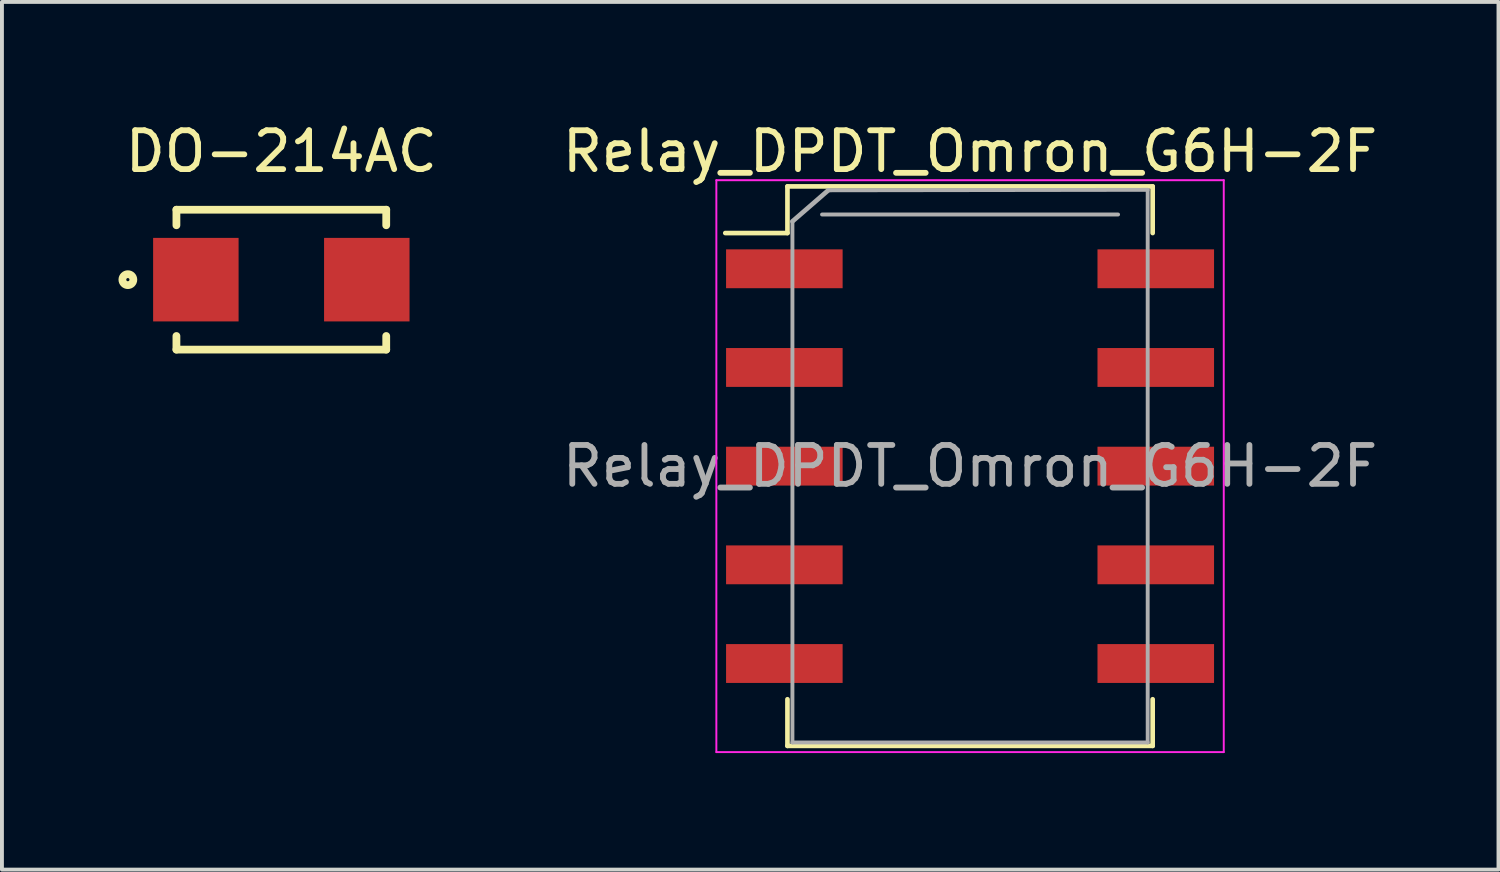
<source format=kicad_pcb>
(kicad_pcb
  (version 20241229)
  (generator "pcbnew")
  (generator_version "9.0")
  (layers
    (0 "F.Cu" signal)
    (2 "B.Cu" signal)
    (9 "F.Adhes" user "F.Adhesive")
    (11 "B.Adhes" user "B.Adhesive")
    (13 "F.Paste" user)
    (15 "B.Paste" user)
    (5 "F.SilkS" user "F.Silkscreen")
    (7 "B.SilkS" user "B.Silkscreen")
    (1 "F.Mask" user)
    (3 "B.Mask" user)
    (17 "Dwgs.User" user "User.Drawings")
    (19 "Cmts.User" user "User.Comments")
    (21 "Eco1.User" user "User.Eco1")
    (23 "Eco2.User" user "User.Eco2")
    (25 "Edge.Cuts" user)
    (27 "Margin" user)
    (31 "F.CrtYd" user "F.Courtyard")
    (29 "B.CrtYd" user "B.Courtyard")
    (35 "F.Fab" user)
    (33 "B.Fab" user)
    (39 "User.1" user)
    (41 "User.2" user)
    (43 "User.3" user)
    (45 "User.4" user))
  (footprint "DO-214AC"
    (layer "F.Cu")
    (at 4.191 4.148)
    (property "Reference" "DO-214AC" (at 0 -3.3 0) (layer "F.SilkS") (effects (font (size 1 1) (thickness 0.15))))
    (attr smd)
    (fp_line (start -2.7 -1.8) (end -2.7 -1.4) (stroke (width 0.2) (type solid)) (layer "F.SilkS"))
    (fp_line (start -2.7 -1.8) (end 2.7 -1.8) (stroke (width 0.2) (type solid)) (layer "F.SilkS"))
    (fp_line (start -2.7 1.8) (end -2.7 1.45) (stroke (width 0.2) (type solid)) (layer "F.SilkS"))
    (fp_line (start -2.7 1.8) (end 2.7 1.8) (stroke (width 0.2) (type solid)) (layer "F.SilkS"))
    (fp_line (start 2.7 -1.8) (end 2.7 -1.4) (stroke (width 0.2) (type solid)) (layer "F.SilkS"))
    (fp_line (start 2.7 1.8) (end 2.7 1.45) (stroke (width 0.2) (type solid)) (layer "F.SilkS"))
    (fp_circle (center -3.95 0) (end -3.809 0) (stroke (width 0.2) (type solid)) (fill no) (layer "F.SilkS"))
    (fp_line (start -3.55 -2.25) (end 3.55 -2.25) (stroke (width 0.05) (type solid)) (layer "Eco1.User"))
    (fp_line (start -3.55 2.25) (end -3.55 -2.25) (stroke (width 0.05) (type solid)) (layer "Eco1.User"))
    (fp_line (start 3.55 -2.25) (end 3.55 2.25) (stroke (width 0.05) (type solid)) (layer "Eco1.User"))
    (fp_line (start 3.55 2.25) (end -3.55 2.25) (stroke (width 0.05) (type solid)) (layer "Eco1.User"))
    (pad "1" smd rect (at -2.2 0) (size 2.2 2.15) (layers "F.Cu" "F.Mask" "F.Paste"))
    (pad "2" smd rect (at 2.2 0) (size 2.2 2.15) (layers "F.Cu" "F.Mask" "F.Paste")))
  (footprint "Relay_DPDT_Omron_G6H-2F"
    (layer "F.Cu")
    (at 21.918 8.948)
    (property "Reference" "Relay_DPDT_Omron_G6H-2F" (at 0 -8.1 0) (layer "F.SilkS") (effects (font (size 1 1) (thickness 0.15))))
    (attr smd)
    (fp_line (start -4.7 -7.2) (end -4.7 -6) (stroke (width 0.12) (type solid)) (layer "F.SilkS"))
    (fp_line (start -4.7 -7.2) (end 4.7 -7.2) (stroke (width 0.12) (type solid)) (layer "F.SilkS"))
    (fp_line (start -4.7 -6) (end -6.3 -6) (stroke (width 0.12) (type solid)) (layer "F.SilkS"))
    (fp_line (start -4.7 7.2) (end -4.7 6) (stroke (width 0.12) (type solid)) (layer "F.SilkS"))
    (fp_line (start 4.7 -7.2) (end 4.7 -6) (stroke (width 0.12) (type solid)) (layer "F.SilkS"))
    (fp_line (start 4.7 7.2) (end -4.7 7.2) (stroke (width 0.12) (type solid)) (layer "F.SilkS"))
    (fp_line (start 4.7 7.2) (end 4.7 6) (stroke (width 0.12) (type solid)) (layer "F.SilkS"))
    (fp_line (start -6.53 -7.36) (end -6.53 7.36) (stroke (width 0.05) (type solid)) (layer "F.CrtYd"))
    (fp_line (start -6.53 -7.36) (end 6.53 -7.36) (stroke (width 0.05) (type solid)) (layer "F.CrtYd"))
    (fp_line (start 6.53 7.36) (end -6.53 7.36) (stroke (width 0.05) (type solid)) (layer "F.CrtYd"))
    (fp_line (start 6.53 7.36) (end 6.53 -7.36) (stroke (width 0.05) (type solid)) (layer "F.CrtYd"))
    (fp_line (start -4.572 -6.3) (end -3.65 -7.1) (stroke (width 0.12) (type solid)) (layer "F.Fab"))
    (fp_line (start -4.572 7.112) (end -4.572 -6.3) (stroke (width 0.1) (type solid)) (layer "F.Fab"))
    (fp_line (start -3.81 -6.477) (end 3.81 -6.477) (stroke (width 0.1) (type solid)) (layer "F.Fab"))
    (fp_line (start -3.65 -7.1) (end 4.572 -7.112) (stroke (width 0.1) (type solid)) (layer "F.Fab"))
    (fp_line (start 4.572 -7.112) (end 4.572 7.112) (stroke (width 0.1) (type solid)) (layer "F.Fab"))
    (fp_line (start 4.572 7.112) (end -4.572 7.112) (stroke (width 0.1) (type solid)) (layer "F.Fab"))
    (fp_text user "${REFERENCE}" (at 0 0 0) (layer "F.Fab") (effects (font (size 1 1) (thickness 0.15))))
    (pad "1" smd rect (at -4.78 -5.08) (size 3 1) (layers "F.Cu" "F.Mask" "F.Paste"))
    (pad "2" smd rect (at -4.78 -2.54) (size 3 1) (layers "F.Cu" "F.Mask" "F.Paste"))
    (pad "3" smd rect (at -4.78 0) (size 3 1) (layers "F.Cu" "F.Mask" "F.Paste"))
    (pad "4" smd rect (at -4.78 2.54) (size 3 1) (layers "F.Cu" "F.Mask" "F.Paste"))
    (pad "5" smd rect (at -4.78 5.08) (size 3 1) (layers "F.Cu" "F.Mask" "F.Paste"))
    (pad "6" smd rect (at 4.78 5.08) (size 3 1) (layers "F.Cu" "F.Mask" "F.Paste"))
    (pad "7" smd rect (at 4.78 2.54) (size 3 1) (layers "F.Cu" "F.Mask" "F.Paste"))
    (pad "8" smd rect (at 4.78 0) (size 3 1) (layers "F.Cu" "F.Mask" "F.Paste"))
    (pad "9" smd rect (at 4.78 -2.54) (size 3 1) (layers "F.Cu" "F.Mask" "F.Paste"))
    (pad "10" smd rect (at 4.78 -5.08) (size 3 1) (layers "F.Cu" "F.Mask" "F.Paste")))
  (gr_rect
    (start -3 -3)
    (end 35.519 19.333)
    (stroke (width 0.1) (type default))
    (fill no)
    (layer "Edge.Cuts")))
</source>
